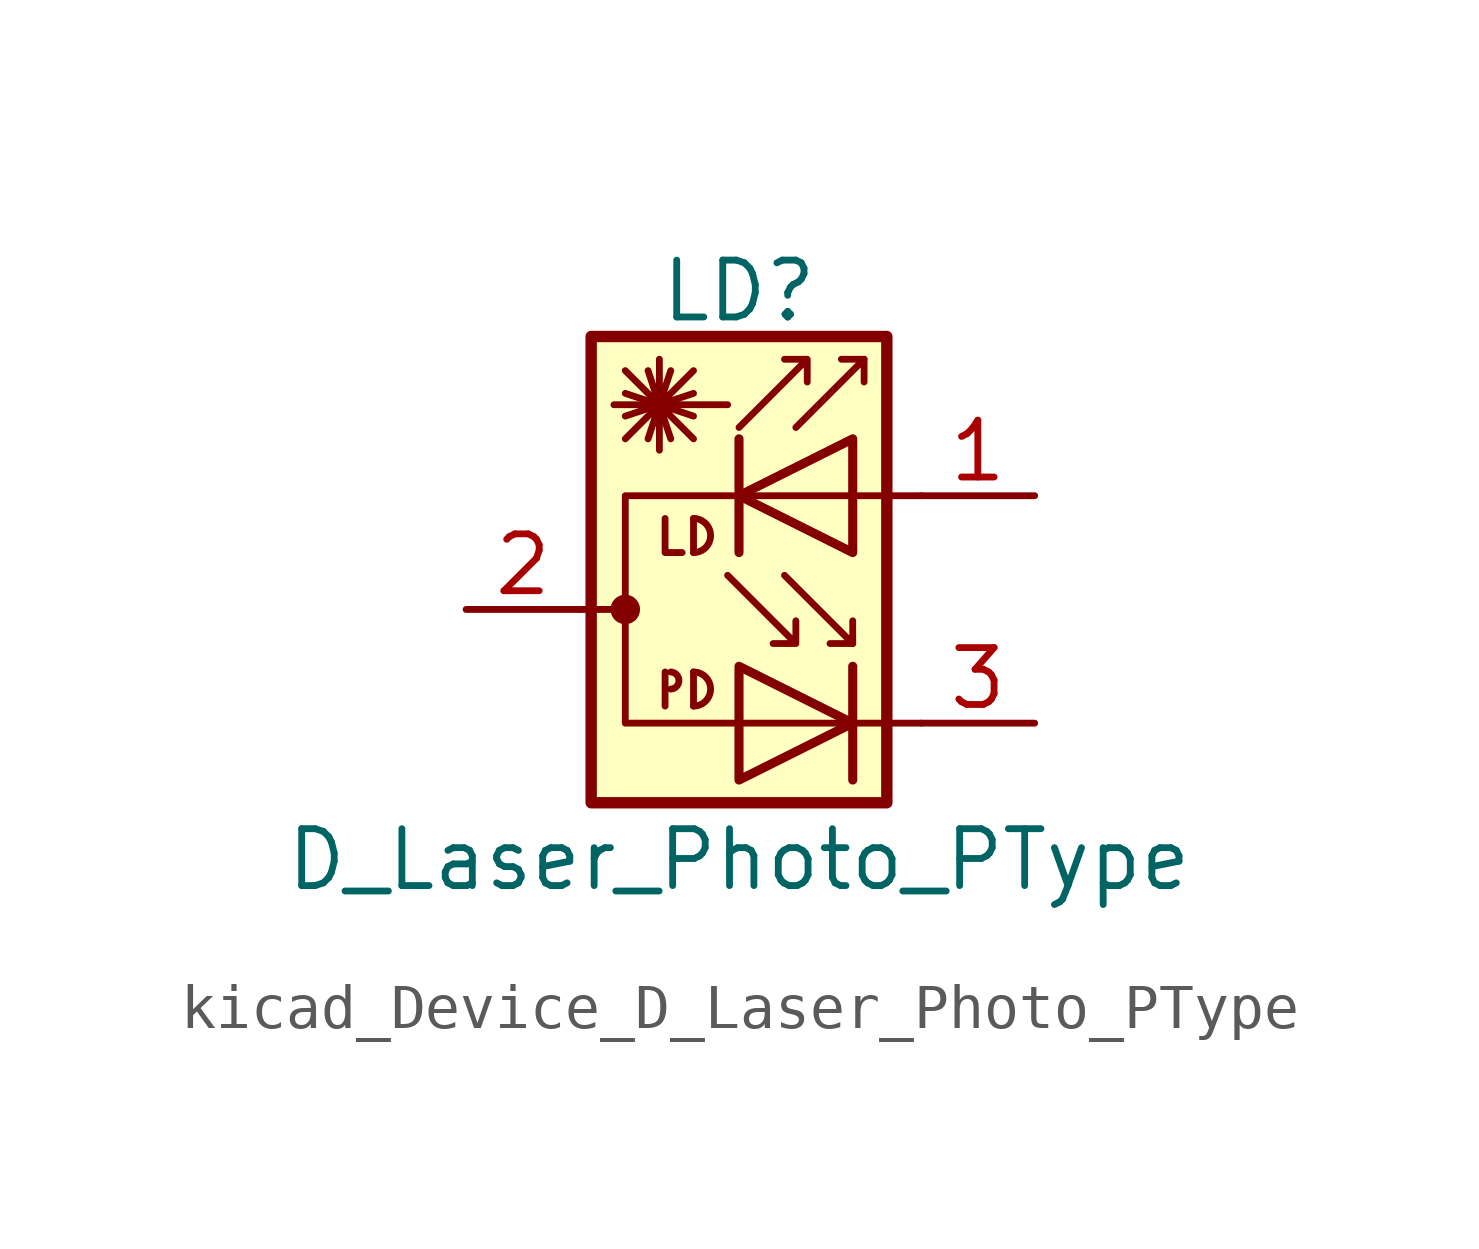
<source format=kicad_sym>
(kicad_symbol_lib
  (version 20220914)
  (generator kicad_symbol_editor)
  (symbol "kicad_Device_D_Laser_Photo_PType"
    (pin_names hide)
    (property "Reference" "LD"
      (at 1.016 7.112 0)
      (effects (font (size 1.27 1.27))))
    (property "Value" "D_Laser_Photo_PType"
      (at 1.016 -5.588 0)
      (effects (font (size 1.27 1.27))))
    (symbol "kicad_Device_D_Laser_Photo_PType_0_1"
      (circle (center -1.524 0) (radius 0.254) (stroke (width 0) (type default)) (fill (type outline)))
      (arc (start -0.508 -1.778) (mid -0.3302 -1.6002) (end -0.508 -1.397) (stroke (width 0) (type default)) (fill (type none)))
      (arc (start 0 -2.159) (mid 0.3794 -1.778) (end 0 -1.397) (stroke (width 0) (type default)) (fill (type none)))
      (polyline (pts (xy -2.54 0) (xy -1.524 0)) (stroke (width 0) (type default)) (fill (type none)))
      (polyline (pts (xy -1.524 3.81) (xy 0 5.334)) (stroke (width 0) (type default)) (fill (type none)))
      (polyline (pts (xy -1.524 4.318) (xy 0 4.826)) (stroke (width 0) (type default)) (fill (type none)))
      (polyline (pts (xy -1.524 4.826) (xy 0 4.318)) (stroke (width 0) (type default)) (fill (type none)))
      (polyline (pts (xy -1.524 5.334) (xy 0 3.81)) (stroke (width 0) (type default)) (fill (type none)))
      (polyline (pts (xy -1.016 5.334) (xy -0.508 3.81)) (stroke (width 0) (type default)) (fill (type none)))
      (polyline (pts (xy -0.762 4.572) (xy -0.762 3.556)) (stroke (width 0) (type default)) (fill (type none)))
      (polyline (pts (xy -0.762 4.572) (xy -0.762 5.588)) (stroke (width 0) (type default)) (fill (type none)))
      (polyline (pts (xy -0.635 -1.397) (xy -0.635 -2.159)) (stroke (width 0) (type default)) (fill (type none)))
      (polyline (pts (xy -0.508 5.334) (xy -1.016 3.81)) (stroke (width 0) (type default)) (fill (type none)))
      (polyline (pts (xy 0 -1.397) (xy 0 -2.159)) (stroke (width 0) (type default)) (fill (type none)))
      (polyline (pts (xy 0 2.032) (xy 0 1.27)) (stroke (width 0) (type default)) (fill (type none)))
      (polyline (pts (xy 0.762 4.572) (xy -1.778 4.572)) (stroke (width 0) (type default)) (fill (type none)))
      (polyline (pts (xy 1.016 3.81) (xy 1.016 1.27)) (stroke (width 0.203) (type default)) (fill (type none)))
      (polyline (pts (xy 3.556 -1.27) (xy 3.556 -3.81)) (stroke (width 0.203) (type default)) (fill (type none)))
      (polyline (pts (xy 3.556 -0.762) (xy 3.048 -0.762)) (stroke (width 0) (type default)) (fill (type none)))
      (polyline (pts (xy 3.81 5.588) (xy 3.302 5.588)) (stroke (width 0) (type default)) (fill (type none)))
      (polyline (pts (xy -0.635 2.032) (xy -0.635 1.27) (xy -0.254 1.27)) (stroke (width 0) (type default)) (fill (type none)))
      (polyline (pts (xy 2.032 0.762) (xy 3.556 -0.762) (xy 3.556 -0.254)) (stroke (width 0) (type default)) (fill (type none)))
      (polyline (pts (xy 2.286 4.064) (xy 3.81 5.588) (xy 3.81 5.08)) (stroke (width 0) (type default)) (fill (type none)))
      (polyline (pts (xy 1.016 -1.27) (xy 1.016 -3.81) (xy 3.556 -2.54) (xy 1.016 -1.27)) (stroke (width 0.203) (type default)) (fill (type none)))
      (polyline (pts (xy 3.556 3.81) (xy 3.556 1.27) (xy 1.016 2.54) (xy 3.556 3.81)) (stroke (width 0.203) (type default)) (fill (type none)))
      (polyline (pts (xy 5.08 2.54) (xy -1.524 2.54) (xy -1.524 -2.54) (xy 5.08 -2.54)) (stroke (width 0) (type default)) (fill (type none)))
      (polyline (pts (xy 0.762 0.762) (xy 2.286 -0.762) (xy 2.286 -0.254) (xy 2.286 -0.762) (xy 1.778 -0.762)) (stroke (width 0) (type default)) (fill (type none)))
      (polyline (pts (xy 1.016 4.064) (xy 2.54 5.588) (xy 2.54 5.08) (xy 2.54 5.588) (xy 2.032 5.588)) (stroke (width 0) (type default)) (fill (type none)))
      (arc (start 0 1.27) (mid 0.3794 1.651) (end 0 2.032) (stroke (width 0) (type default)) (fill (type none)))
      (rectangle (start 4.318 6.096) (end -2.286 -4.318) (stroke (width 0.254) (type default)) (fill (type background))))
    (symbol "kicad_Device_D_Laser_Photo_PType_1_1"
      (pin passive line (at 7.62 2.54 180) (length 2.54) (name "~" (effects (font (size 1.27 1.27)))) (number "1" (effects (font (size 1.27 1.27)))))
      (pin passive line (at -5.08 0 0) (length 2.54) (name "~" (effects (font (size 1.27 1.27)))) (number "2" (effects (font (size 1.27 1.27)))))
      (pin passive line (at 7.62 -2.54 180) (length 2.54) (name "~" (effects (font (size 1.27 1.27)))) (number "3" (effects (font (size 1.27 1.27))))))))
</source>
